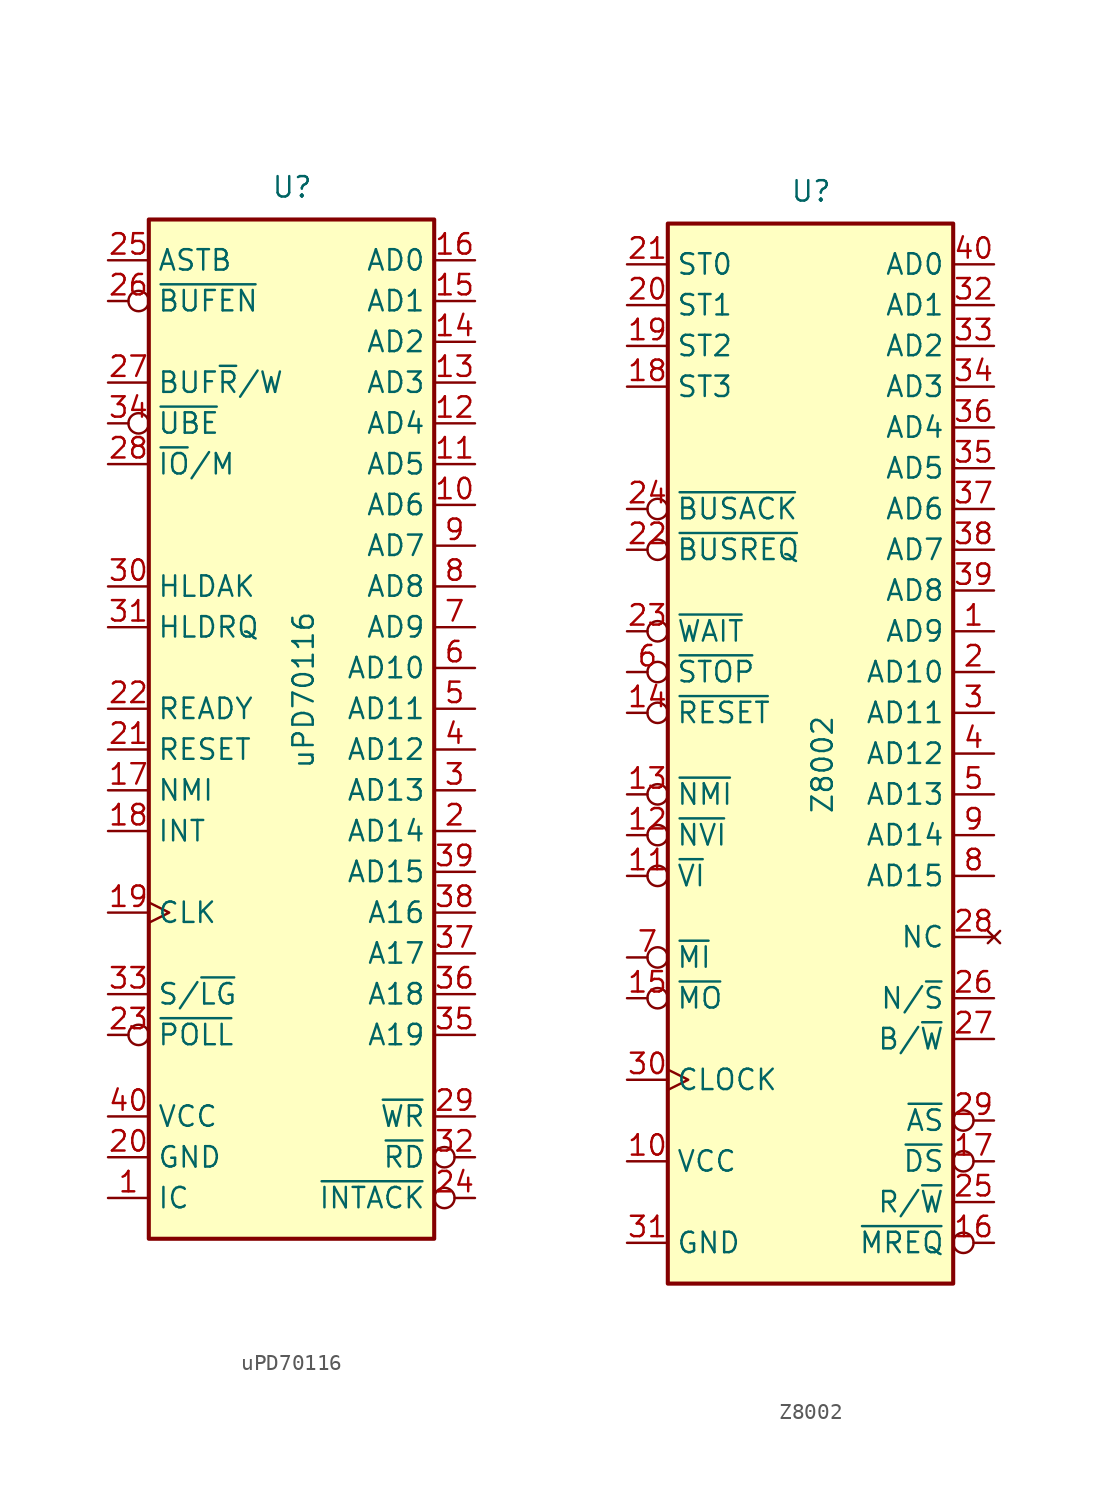
<source format=kicad_sym>
(kicad_symbol_lib
  (version 20231120)
  (generator "kicad_symbol_editor")
  (generator_version "8.0")
  (symbol "uPD70116"
    (property "Reference" "U"
      (at -1.27 31.75 0)
      (effects (font (size 1.27 1.27)) (justify left bottom)))
    (property "Value" "uPD70116"
      (at 0 -3.81 90)
      (effects (font (size 1.27 1.27)) (justify left top)))
    (symbol "uPD70116_0_1"
      (rectangle (start -8.89 -33.02) (end 8.89 30.48) (stroke (width 0.254) (type default)) (fill (type background))))
    (symbol "uPD70116_1_1"
      (pin input line (at -11.43 -30.48 0) (length 2.54) (name "IC" (effects (font (size 1.27 1.27)))) (number "1" (effects (font (size 1.27 1.27)))))
      (pin bidirectional line (at 11.43 12.7 180) (length 2.54) (name "AD6" (effects (font (size 1.27 1.27)))) (number "10" (effects (font (size 1.27 1.27)))))
      (pin bidirectional line (at 11.43 15.24 180) (length 2.54) (name "AD5" (effects (font (size 1.27 1.27)))) (number "11" (effects (font (size 1.27 1.27)))))
      (pin bidirectional line (at 11.43 17.78 180) (length 2.54) (name "AD4" (effects (font (size 1.27 1.27)))) (number "12" (effects (font (size 1.27 1.27)))))
      (pin bidirectional line (at 11.43 20.32 180) (length 2.54) (name "AD3" (effects (font (size 1.27 1.27)))) (number "13" (effects (font (size 1.27 1.27)))))
      (pin bidirectional line (at 11.43 22.86 180) (length 2.54) (name "AD2" (effects (font (size 1.27 1.27)))) (number "14" (effects (font (size 1.27 1.27)))))
      (pin bidirectional line (at 11.43 25.4 180) (length 2.54) (name "AD1" (effects (font (size 1.27 1.27)))) (number "15" (effects (font (size 1.27 1.27)))))
      (pin bidirectional line (at 11.43 27.94 180) (length 2.54) (name "AD0" (effects (font (size 1.27 1.27)))) (number "16" (effects (font (size 1.27 1.27)))))
      (pin input line (at -11.43 -5.08 0) (length 2.54) (name "NMI" (effects (font (size 1.27 1.27)))) (number "17" (effects (font (size 1.27 1.27)))))
      (pin input line (at -11.43 -7.62 0) (length 2.54) (name "INT" (effects (font (size 1.27 1.27)))) (number "18" (effects (font (size 1.27 1.27)))))
      (pin input clock (at -11.43 -12.7 0) (length 2.54) (name "CLK" (effects (font (size 1.27 1.27)))) (number "19" (effects (font (size 1.27 1.27)))))
      (pin bidirectional line (at 11.43 -7.62 180) (length 2.54) (name "AD14" (effects (font (size 1.27 1.27)))) (number "2" (effects (font (size 1.27 1.27)))))
      (pin power_in line (at -11.43 -27.94 0) (length 2.54) (name "GND" (effects (font (size 1.27 1.27)))) (number "20" (effects (font (size 1.27 1.27)))))
      (pin input line (at -11.43 -2.54 0) (length 2.54) (name "RESET" (effects (font (size 1.27 1.27)))) (number "21" (effects (font (size 1.27 1.27)))))
      (pin input line (at -11.43 0 0) (length 2.54) (name "READY" (effects (font (size 1.27 1.27)))) (number "22" (effects (font (size 1.27 1.27)))))
      (pin input inverted (at -11.43 -20.32 0) (length 2.54) (name "~{POLL}" (effects (font (size 1.27 1.27)))) (number "23" (effects (font (size 1.27 1.27)))))
      (pin output inverted (at 11.43 -30.48 180) (length 2.54) (name "~{INTACK}" (effects (font (size 1.27 1.27)))) (number "24" (effects (font (size 1.27 1.27)))))
      (pin output line (at -11.43 27.94 0) (length 2.54) (name "ASTB" (effects (font (size 1.27 1.27)))) (number "25" (effects (font (size 1.27 1.27)))))
      (pin output inverted (at -11.43 25.4 0) (length 2.54) (name "~{BUFEN}" (effects (font (size 1.27 1.27)))) (number "26" (effects (font (size 1.27 1.27)))))
      (pin output line (at -11.43 20.32 0) (length 2.54) (name "BUF~{R}/W" (effects (font (size 1.27 1.27)))) (number "27" (effects (font (size 1.27 1.27)))))
      (pin output line (at -11.43 15.24 0) (length 2.54) (name "~{IO}/M" (effects (font (size 1.27 1.27)))) (number "28" (effects (font (size 1.27 1.27)))))
      (pin output line (at 11.43 -25.4 180) (length 2.54) (name "~{WR}" (effects (font (size 1.27 1.27)))) (number "29" (effects (font (size 1.27 1.27)))))
      (pin bidirectional line (at 11.43 -5.08 180) (length 2.54) (name "AD13" (effects (font (size 1.27 1.27)))) (number "3" (effects (font (size 1.27 1.27)))))
      (pin output line (at -11.43 7.62 0) (length 2.54) (name "HLDAK" (effects (font (size 1.27 1.27)))) (number "30" (effects (font (size 1.27 1.27)))))
      (pin input line (at -11.43 5.08 0) (length 2.54) (name "HLDRQ" (effects (font (size 1.27 1.27)))) (number "31" (effects (font (size 1.27 1.27)))))
      (pin output inverted (at 11.43 -27.94 180) (length 2.54) (name "~{RD}" (effects (font (size 1.27 1.27)))) (number "32" (effects (font (size 1.27 1.27)))))
      (pin input line (at -11.43 -17.78 0) (length 2.54) (name "S/~{LG}" (effects (font (size 1.27 1.27)))) (number "33" (effects (font (size 1.27 1.27)))))
      (pin output inverted (at -11.43 17.78 0) (length 2.54) (name "~{UBE}" (effects (font (size 1.27 1.27)))) (number "34" (effects (font (size 1.27 1.27)))))
      (pin output line (at 11.43 -20.32 180) (length 2.54) (name "A19" (effects (font (size 1.27 1.27)))) (number "35" (effects (font (size 1.27 1.27)))))
      (pin output line (at 11.43 -17.78 180) (length 2.54) (name "A18" (effects (font (size 1.27 1.27)))) (number "36" (effects (font (size 1.27 1.27)))))
      (pin output line (at 11.43 -15.24 180) (length 2.54) (name "A17" (effects (font (size 1.27 1.27)))) (number "37" (effects (font (size 1.27 1.27)))))
      (pin output line (at 11.43 -12.7 180) (length 2.54) (name "A16" (effects (font (size 1.27 1.27)))) (number "38" (effects (font (size 1.27 1.27)))))
      (pin bidirectional line (at 11.43 -10.16 180) (length 2.54) (name "AD15" (effects (font (size 1.27 1.27)))) (number "39" (effects (font (size 1.27 1.27)))))
      (pin bidirectional line (at 11.43 -2.54 180) (length 2.54) (name "AD12" (effects (font (size 1.27 1.27)))) (number "4" (effects (font (size 1.27 1.27)))))
      (pin power_in line (at -11.43 -25.4 0) (length 2.54) (name "VCC" (effects (font (size 1.27 1.27)))) (number "40" (effects (font (size 1.27 1.27)))))
      (pin bidirectional line (at 11.43 0 180) (length 2.54) (name "AD11" (effects (font (size 1.27 1.27)))) (number "5" (effects (font (size 1.27 1.27)))))
      (pin bidirectional line (at 11.43 2.54 180) (length 2.54) (name "AD10" (effects (font (size 1.27 1.27)))) (number "6" (effects (font (size 1.27 1.27)))))
      (pin bidirectional line (at 11.43 5.08 180) (length 2.54) (name "AD9" (effects (font (size 1.27 1.27)))) (number "7" (effects (font (size 1.27 1.27)))))
      (pin bidirectional line (at 11.43 7.62 180) (length 2.54) (name "AD8" (effects (font (size 1.27 1.27)))) (number "8" (effects (font (size 1.27 1.27)))))
      (pin bidirectional line (at 11.43 10.16 180) (length 2.54) (name "AD7" (effects (font (size 1.27 1.27)))) (number "9" (effects (font (size 1.27 1.27)))))))
  (symbol "Z8002"
    (property "Reference" "U"
      (at -1.27 34.29 0)
      (effects (font (size 1.27 1.27)) (justify left bottom)))
    (property "Value" "Z8002"
      (at 0 -3.81 90)
      (effects (font (size 1.27 1.27)) (justify left top)))
    (symbol "Z8002_0_1"
      (rectangle (start -8.89 -33.02) (end 8.89 33.02) (stroke (width 0.254) (type default)) (fill (type background))))
    (symbol "Z8002_1_1"
      (pin bidirectional line (at 11.43 7.62 180) (length 2.54) (name "AD9" (effects (font (size 1.27 1.27)))) (number "1" (effects (font (size 1.27 1.27)))))
      (pin power_in line (at -11.43 -25.4 0) (length 2.54) (name "VCC" (effects (font (size 1.27 1.27)))) (number "10" (effects (font (size 1.27 1.27)))))
      (pin input inverted (at -11.43 -7.62 0) (length 2.54) (name "~{VI}" (effects (font (size 1.27 1.27)))) (number "11" (effects (font (size 1.27 1.27)))))
      (pin input inverted (at -11.43 -5.08 0) (length 2.54) (name "~{NVI}" (effects (font (size 1.27 1.27)))) (number "12" (effects (font (size 1.27 1.27)))))
      (pin input inverted (at -11.43 -2.54 0) (length 2.54) (name "~{NMI}" (effects (font (size 1.27 1.27)))) (number "13" (effects (font (size 1.27 1.27)))))
      (pin input inverted (at -11.43 2.54 0) (length 2.54) (name "~{RESET}" (effects (font (size 1.27 1.27)))) (number "14" (effects (font (size 1.27 1.27)))))
      (pin output inverted (at -11.43 -15.24 0) (length 2.54) (name "~{MO}" (effects (font (size 1.27 1.27)))) (number "15" (effects (font (size 1.27 1.27)))))
      (pin output inverted (at 11.43 -30.48 180) (length 2.54) (name "~{MREQ}" (effects (font (size 1.27 1.27)))) (number "16" (effects (font (size 1.27 1.27)))))
      (pin output inverted (at 11.43 -25.4 180) (length 2.54) (name "~{DS}" (effects (font (size 1.27 1.27)))) (number "17" (effects (font (size 1.27 1.27)))))
      (pin output line (at -11.43 22.86 0) (length 2.54) (name "ST3" (effects (font (size 1.27 1.27)))) (number "18" (effects (font (size 1.27 1.27)))))
      (pin output line (at -11.43 25.4 0) (length 2.54) (name "ST2" (effects (font (size 1.27 1.27)))) (number "19" (effects (font (size 1.27 1.27)))))
      (pin bidirectional line (at 11.43 5.08 180) (length 2.54) (name "AD10" (effects (font (size 1.27 1.27)))) (number "2" (effects (font (size 1.27 1.27)))))
      (pin output line (at -11.43 27.94 0) (length 2.54) (name "ST1" (effects (font (size 1.27 1.27)))) (number "20" (effects (font (size 1.27 1.27)))))
      (pin output line (at -11.43 30.48 0) (length 2.54) (name "ST0" (effects (font (size 1.27 1.27)))) (number "21" (effects (font (size 1.27 1.27)))))
      (pin input inverted (at -11.43 12.7 0) (length 2.54) (name "~{BUSREQ}" (effects (font (size 1.27 1.27)))) (number "22" (effects (font (size 1.27 1.27)))))
      (pin input inverted (at -11.43 7.62 0) (length 2.54) (name "~{WAIT}" (effects (font (size 1.27 1.27)))) (number "23" (effects (font (size 1.27 1.27)))))
      (pin output inverted (at -11.43 15.24 0) (length 2.54) (name "~{BUSACK}" (effects (font (size 1.27 1.27)))) (number "24" (effects (font (size 1.27 1.27)))))
      (pin output line (at 11.43 -27.94 180) (length 2.54) (name "R/~{W}" (effects (font (size 1.27 1.27)))) (number "25" (effects (font (size 1.27 1.27)))))
      (pin output line (at 11.43 -15.24 180) (length 2.54) (name "N/~{S}" (effects (font (size 1.27 1.27)))) (number "26" (effects (font (size 1.27 1.27)))))
      (pin output line (at 11.43 -17.78 180) (length 2.54) (name "B/~{W}" (effects (font (size 1.27 1.27)))) (number "27" (effects (font (size 1.27 1.27)))))
      (pin no_connect line (at 11.43 -11.43 180) (length 2.54) (name "NC" (effects (font (size 1.27 1.27)))) (number "28" (effects (font (size 1.27 1.27)))))
      (pin output inverted (at 11.43 -22.86 180) (length 2.54) (name "~{AS}" (effects (font (size 1.27 1.27)))) (number "29" (effects (font (size 1.27 1.27)))))
      (pin bidirectional line (at 11.43 2.54 180) (length 2.54) (name "AD11" (effects (font (size 1.27 1.27)))) (number "3" (effects (font (size 1.27 1.27)))))
      (pin input clock (at -11.43 -20.32 0) (length 2.54) (name "CLOCK" (effects (font (size 1.27 1.27)))) (number "30" (effects (font (size 1.27 1.27)))))
      (pin power_in line (at -11.43 -30.48 0) (length 2.54) (name "GND" (effects (font (size 1.27 1.27)))) (number "31" (effects (font (size 1.27 1.27)))))
      (pin bidirectional line (at 11.43 27.94 180) (length 2.54) (name "AD1" (effects (font (size 1.27 1.27)))) (number "32" (effects (font (size 1.27 1.27)))))
      (pin bidirectional line (at 11.43 25.4 180) (length 2.54) (name "AD2" (effects (font (size 1.27 1.27)))) (number "33" (effects (font (size 1.27 1.27)))))
      (pin bidirectional line (at 11.43 22.86 180) (length 2.54) (name "AD3" (effects (font (size 1.27 1.27)))) (number "34" (effects (font (size 1.27 1.27)))))
      (pin bidirectional line (at 11.43 17.78 180) (length 2.54) (name "AD5" (effects (font (size 1.27 1.27)))) (number "35" (effects (font (size 1.27 1.27)))))
      (pin bidirectional line (at 11.43 20.32 180) (length 2.54) (name "AD4" (effects (font (size 1.27 1.27)))) (number "36" (effects (font (size 1.27 1.27)))))
      (pin bidirectional line (at 11.43 15.24 180) (length 2.54) (name "AD6" (effects (font (size 1.27 1.27)))) (number "37" (effects (font (size 1.27 1.27)))))
      (pin bidirectional line (at 11.43 12.7 180) (length 2.54) (name "AD7" (effects (font (size 1.27 1.27)))) (number "38" (effects (font (size 1.27 1.27)))))
      (pin bidirectional line (at 11.43 10.16 180) (length 2.54) (name "AD8" (effects (font (size 1.27 1.27)))) (number "39" (effects (font (size 1.27 1.27)))))
      (pin bidirectional line (at 11.43 0 180) (length 2.54) (name "AD12" (effects (font (size 1.27 1.27)))) (number "4" (effects (font (size 1.27 1.27)))))
      (pin bidirectional line (at 11.43 30.48 180) (length 2.54) (name "AD0" (effects (font (size 1.27 1.27)))) (number "40" (effects (font (size 1.27 1.27)))))
      (pin bidirectional line (at 11.43 -2.54 180) (length 2.54) (name "AD13" (effects (font (size 1.27 1.27)))) (number "5" (effects (font (size 1.27 1.27)))))
      (pin input inverted (at -11.43 5.08 0) (length 2.54) (name "~{STOP}" (effects (font (size 1.27 1.27)))) (number "6" (effects (font (size 1.27 1.27)))))
      (pin input inverted (at -11.43 -12.7 0) (length 2.54) (name "~{MI}" (effects (font (size 1.27 1.27)))) (number "7" (effects (font (size 1.27 1.27)))))
      (pin bidirectional line (at 11.43 -7.62 180) (length 2.54) (name "AD15" (effects (font (size 1.27 1.27)))) (number "8" (effects (font (size 1.27 1.27)))))
      (pin bidirectional line (at 11.43 -5.08 180) (length 2.54) (name "AD14" (effects (font (size 1.27 1.27)))) (number "9" (effects (font (size 1.27 1.27))))))))
</source>
